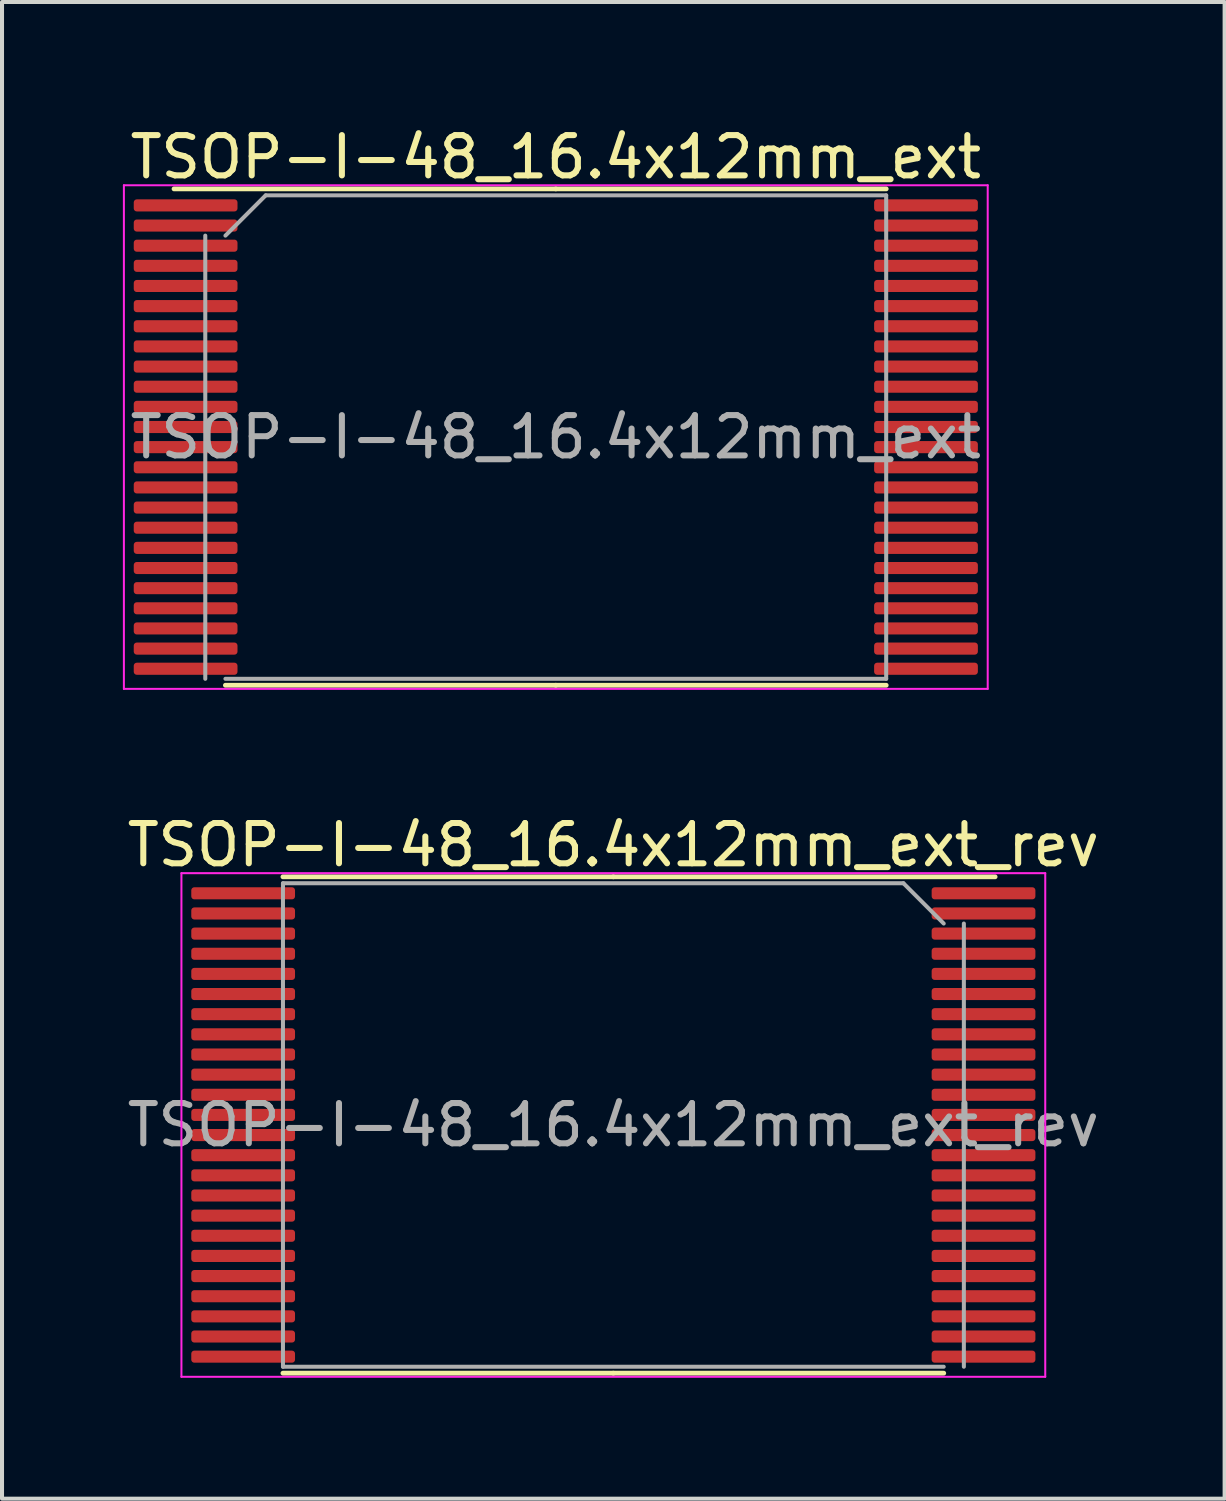
<source format=kicad_pcb>
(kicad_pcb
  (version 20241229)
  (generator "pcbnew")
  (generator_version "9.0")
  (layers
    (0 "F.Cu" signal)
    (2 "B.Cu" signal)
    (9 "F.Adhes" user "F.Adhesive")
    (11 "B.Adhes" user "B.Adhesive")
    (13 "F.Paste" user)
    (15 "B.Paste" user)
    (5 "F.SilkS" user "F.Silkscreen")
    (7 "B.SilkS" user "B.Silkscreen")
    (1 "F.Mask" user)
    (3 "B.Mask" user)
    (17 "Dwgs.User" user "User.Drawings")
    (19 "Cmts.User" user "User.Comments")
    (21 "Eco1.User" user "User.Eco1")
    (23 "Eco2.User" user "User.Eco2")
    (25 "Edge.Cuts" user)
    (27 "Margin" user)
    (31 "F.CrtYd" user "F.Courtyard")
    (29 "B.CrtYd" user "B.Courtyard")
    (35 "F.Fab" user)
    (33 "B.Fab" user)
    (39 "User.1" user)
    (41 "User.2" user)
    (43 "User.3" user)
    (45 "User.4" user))
  (footprint "TSOP-I-48_16.4x12mm_ext"
    (layer "F.Cu")
    (at 10.745 7.798)
    (property "Reference" "TSOP-I-48_16.4x12mm_ext" (at 0 -6.95 0) (layer "F.SilkS") (effects (font (size 1 1) (thickness 0.15))))
    (attr smd)
    (fp_line (start 0 -6.16) (end -9.475 -6.16) (stroke (width 0.12) (type solid)) (layer "F.SilkS"))
    (fp_line (start 0 -6.16) (end 8.2 -6.16) (stroke (width 0.12) (type solid)) (layer "F.SilkS"))
    (fp_line (start 0 6.16) (end -8.2 6.16) (stroke (width 0.12) (type solid)) (layer "F.SilkS"))
    (fp_line (start 0 6.16) (end 8.2 6.16) (stroke (width 0.12) (type solid)) (layer "F.SilkS"))
    (fp_line (start -10.72 -6.25) (end -10.72 6.25) (stroke (width 0.05) (type solid)) (layer "F.CrtYd"))
    (fp_line (start -10.72 6.25) (end 10.72 6.25) (stroke (width 0.05) (type solid)) (layer "F.CrtYd"))
    (fp_line (start 10.72 -6.25) (end -10.72 -6.25) (stroke (width 0.05) (type solid)) (layer "F.CrtYd"))
    (fp_line (start 10.72 6.25) (end 10.72 -6.25) (stroke (width 0.05) (type solid)) (layer "F.CrtYd"))
    (fp_line (start -8.7 6) (end -8.7 -5) (stroke (width 0.1) (type solid)) (layer "F.Fab"))
    (fp_line (start -8.2 -5) (end -7.2 -6) (stroke (width 0.1) (type solid)) (layer "F.Fab"))
    (fp_line (start -7.2 -6) (end 8.2 -6) (stroke (width 0.1) (type solid)) (layer "F.Fab"))
    (fp_line (start 8.2 -6) (end 8.2 6) (stroke (width 0.1) (type solid)) (layer "F.Fab"))
    (fp_line (start 8.2 6) (end -8.2 6) (stroke (width 0.1) (type solid)) (layer "F.Fab"))
    (fp_text user "${REFERENCE}" (at 0 0 0) (layer "F.Fab") (effects (font (size 1 1) (thickness 0.15))))
    (pad "1" smd roundrect (at -9.188 -5.75) (size 2.575 0.3) (layers "F.Cu" "F.Mask" "F.Paste") (roundrect_rratio 0.25))
    (pad "2" smd roundrect (at -9.188 -5.25) (size 2.575 0.3) (layers "F.Cu" "F.Mask" "F.Paste") (roundrect_rratio 0.25))
    (pad "3" smd roundrect (at -9.188 -4.75) (size 2.575 0.3) (layers "F.Cu" "F.Mask" "F.Paste") (roundrect_rratio 0.25))
    (pad "4" smd roundrect (at -9.188 -4.25) (size 2.575 0.3) (layers "F.Cu" "F.Mask" "F.Paste") (roundrect_rratio 0.25))
    (pad "5" smd roundrect (at -9.188 -3.75) (size 2.575 0.3) (layers "F.Cu" "F.Mask" "F.Paste") (roundrect_rratio 0.25))
    (pad "6" smd roundrect (at -9.188 -3.25) (size 2.575 0.3) (layers "F.Cu" "F.Mask" "F.Paste") (roundrect_rratio 0.25))
    (pad "7" smd roundrect (at -9.188 -2.75) (size 2.575 0.3) (layers "F.Cu" "F.Mask" "F.Paste") (roundrect_rratio 0.25))
    (pad "8" smd roundrect (at -9.188 -2.25) (size 2.575 0.3) (layers "F.Cu" "F.Mask" "F.Paste") (roundrect_rratio 0.25))
    (pad "9" smd roundrect (at -9.188 -1.75) (size 2.575 0.3) (layers "F.Cu" "F.Mask" "F.Paste") (roundrect_rratio 0.25))
    (pad "10" smd roundrect (at -9.188 -1.25) (size 2.575 0.3) (layers "F.Cu" "F.Mask" "F.Paste") (roundrect_rratio 0.25))
    (pad "11" smd roundrect (at -9.188 -0.75) (size 2.575 0.3) (layers "F.Cu" "F.Mask" "F.Paste") (roundrect_rratio 0.25))
    (pad "12" smd roundrect (at -9.188 -0.25) (size 2.575 0.3) (layers "F.Cu" "F.Mask" "F.Paste") (roundrect_rratio 0.25))
    (pad "13" smd roundrect (at -9.188 0.25) (size 2.575 0.3) (layers "F.Cu" "F.Mask" "F.Paste") (roundrect_rratio 0.25))
    (pad "14" smd roundrect (at -9.188 0.75) (size 2.575 0.3) (layers "F.Cu" "F.Mask" "F.Paste") (roundrect_rratio 0.25))
    (pad "15" smd roundrect (at -9.188 1.25) (size 2.575 0.3) (layers "F.Cu" "F.Mask" "F.Paste") (roundrect_rratio 0.25))
    (pad "16" smd roundrect (at -9.188 1.75) (size 2.575 0.3) (layers "F.Cu" "F.Mask" "F.Paste") (roundrect_rratio 0.25))
    (pad "17" smd roundrect (at -9.188 2.25) (size 2.575 0.3) (layers "F.Cu" "F.Mask" "F.Paste") (roundrect_rratio 0.25))
    (pad "18" smd roundrect (at -9.188 2.75) (size 2.575 0.3) (layers "F.Cu" "F.Mask" "F.Paste") (roundrect_rratio 0.25))
    (pad "19" smd roundrect (at -9.188 3.25) (size 2.575 0.3) (layers "F.Cu" "F.Mask" "F.Paste") (roundrect_rratio 0.25))
    (pad "20" smd roundrect (at -9.188 3.75) (size 2.575 0.3) (layers "F.Cu" "F.Mask" "F.Paste") (roundrect_rratio 0.25))
    (pad "21" smd roundrect (at -9.188 4.25) (size 2.575 0.3) (layers "F.Cu" "F.Mask" "F.Paste") (roundrect_rratio 0.25))
    (pad "22" smd roundrect (at -9.188 4.75) (size 2.575 0.3) (layers "F.Cu" "F.Mask" "F.Paste") (roundrect_rratio 0.25))
    (pad "23" smd roundrect (at -9.188 5.25) (size 2.575 0.3) (layers "F.Cu" "F.Mask" "F.Paste") (roundrect_rratio 0.25))
    (pad "24" smd roundrect (at -9.188 5.75) (size 2.575 0.3) (layers "F.Cu" "F.Mask" "F.Paste") (roundrect_rratio 0.25))
    (pad "25" smd roundrect (at 9.188 5.75) (size 2.575 0.3) (layers "F.Cu" "F.Mask" "F.Paste") (roundrect_rratio 0.25))
    (pad "26" smd roundrect (at 9.188 5.25) (size 2.575 0.3) (layers "F.Cu" "F.Mask" "F.Paste") (roundrect_rratio 0.25))
    (pad "27" smd roundrect (at 9.188 4.75) (size 2.575 0.3) (layers "F.Cu" "F.Mask" "F.Paste") (roundrect_rratio 0.25))
    (pad "28" smd roundrect (at 9.188 4.25) (size 2.575 0.3) (layers "F.Cu" "F.Mask" "F.Paste") (roundrect_rratio 0.25))
    (pad "29" smd roundrect (at 9.188 3.75) (size 2.575 0.3) (layers "F.Cu" "F.Mask" "F.Paste") (roundrect_rratio 0.25))
    (pad "30" smd roundrect (at 9.188 3.25) (size 2.575 0.3) (layers "F.Cu" "F.Mask" "F.Paste") (roundrect_rratio 0.25))
    (pad "31" smd roundrect (at 9.188 2.75) (size 2.575 0.3) (layers "F.Cu" "F.Mask" "F.Paste") (roundrect_rratio 0.25))
    (pad "32" smd roundrect (at 9.188 2.25) (size 2.575 0.3) (layers "F.Cu" "F.Mask" "F.Paste") (roundrect_rratio 0.25))
    (pad "33" smd roundrect (at 9.188 1.75) (size 2.575 0.3) (layers "F.Cu" "F.Mask" "F.Paste") (roundrect_rratio 0.25))
    (pad "34" smd roundrect (at 9.188 1.25) (size 2.575 0.3) (layers "F.Cu" "F.Mask" "F.Paste") (roundrect_rratio 0.25))
    (pad "35" smd roundrect (at 9.188 0.75) (size 2.575 0.3) (layers "F.Cu" "F.Mask" "F.Paste") (roundrect_rratio 0.25))
    (pad "36" smd roundrect (at 9.188 0.25) (size 2.575 0.3) (layers "F.Cu" "F.Mask" "F.Paste") (roundrect_rratio 0.25))
    (pad "37" smd roundrect (at 9.188 -0.25) (size 2.575 0.3) (layers "F.Cu" "F.Mask" "F.Paste") (roundrect_rratio 0.25))
    (pad "38" smd roundrect (at 9.188 -0.75) (size 2.575 0.3) (layers "F.Cu" "F.Mask" "F.Paste") (roundrect_rratio 0.25))
    (pad "39" smd roundrect (at 9.188 -1.25) (size 2.575 0.3) (layers "F.Cu" "F.Mask" "F.Paste") (roundrect_rratio 0.25))
    (pad "40" smd roundrect (at 9.188 -1.75) (size 2.575 0.3) (layers "F.Cu" "F.Mask" "F.Paste") (roundrect_rratio 0.25))
    (pad "41" smd roundrect (at 9.188 -2.25) (size 2.575 0.3) (layers "F.Cu" "F.Mask" "F.Paste") (roundrect_rratio 0.25))
    (pad "42" smd roundrect (at 9.188 -2.75) (size 2.575 0.3) (layers "F.Cu" "F.Mask" "F.Paste") (roundrect_rratio 0.25))
    (pad "43" smd roundrect (at 9.188 -3.25) (size 2.575 0.3) (layers "F.Cu" "F.Mask" "F.Paste") (roundrect_rratio 0.25))
    (pad "44" smd roundrect (at 9.188 -3.75) (size 2.575 0.3) (layers "F.Cu" "F.Mask" "F.Paste") (roundrect_rratio 0.25))
    (pad "45" smd roundrect (at 9.188 -4.25) (size 2.575 0.3) (layers "F.Cu" "F.Mask" "F.Paste") (roundrect_rratio 0.25))
    (pad "46" smd roundrect (at 9.188 -4.75) (size 2.575 0.3) (layers "F.Cu" "F.Mask" "F.Paste") (roundrect_rratio 0.25))
    (pad "47" smd roundrect (at 9.188 -5.25) (size 2.575 0.3) (layers "F.Cu" "F.Mask" "F.Paste") (roundrect_rratio 0.25))
    (pad "48" smd roundrect (at 9.188 -5.75) (size 2.575 0.3) (layers "F.Cu" "F.Mask" "F.Paste") (roundrect_rratio 0.25)))
  (footprint "TSOP-I-48_16.4x12mm_ext_rev"
    (layer "F.Cu")
    (at 12.173 24.872)
    (property "Reference" "TSOP-I-48_16.4x12mm_ext_rev" (at 0 -6.95 0) (layer "F.SilkS") (effects (font (size 1 1) (thickness 0.15))))
    (attr smd)
    (fp_line (start 0 -6.16) (end -8.2 -6.16) (stroke (width 0.12) (type solid)) (layer "F.SilkS"))
    (fp_line (start 0 -6.16) (end 9.475 -6.16) (stroke (width 0.12) (type solid)) (layer "F.SilkS"))
    (fp_line (start 0 6.16) (end -8.2 6.16) (stroke (width 0.12) (type solid)) (layer "F.SilkS"))
    (fp_line (start 0 6.16) (end 8.2 6.16) (stroke (width 0.12) (type solid)) (layer "F.SilkS"))
    (fp_line (start -10.72 -6.25) (end 10.72 -6.25) (stroke (width 0.05) (type solid)) (layer "F.CrtYd"))
    (fp_line (start -10.72 6.25) (end -10.72 -6.25) (stroke (width 0.05) (type solid)) (layer "F.CrtYd"))
    (fp_line (start 10.72 -6.25) (end 10.72 6.25) (stroke (width 0.05) (type solid)) (layer "F.CrtYd"))
    (fp_line (start 10.72 6.25) (end -10.72 6.25) (stroke (width 0.05) (type solid)) (layer "F.CrtYd"))
    (fp_line (start -8.2 -6) (end -8.2 6) (stroke (width 0.1) (type solid)) (layer "F.Fab"))
    (fp_line (start -8.2 6) (end 8.2 6) (stroke (width 0.1) (type solid)) (layer "F.Fab"))
    (fp_line (start 7.2 -6) (end -8.2 -6) (stroke (width 0.1) (type solid)) (layer "F.Fab"))
    (fp_line (start 8.2 -5) (end 7.2 -6) (stroke (width 0.1) (type solid)) (layer "F.Fab"))
    (fp_line (start 8.7 6) (end 8.7 -5) (stroke (width 0.1) (type solid)) (layer "F.Fab"))
    (fp_text user "${REFERENCE}" (at 0 0 0) (layer "F.Fab") (effects (font (size 1 1) (thickness 0.15))))
    (pad "1" smd roundrect (at 9.188 -5.75) (size 2.575 0.3) (layers "F.Cu" "F.Mask" "F.Paste") (roundrect_rratio 0.25))
    (pad "2" smd roundrect (at 9.188 -5.25) (size 2.575 0.3) (layers "F.Cu" "F.Mask" "F.Paste") (roundrect_rratio 0.25))
    (pad "3" smd roundrect (at 9.188 -4.75) (size 2.575 0.3) (layers "F.Cu" "F.Mask" "F.Paste") (roundrect_rratio 0.25))
    (pad "4" smd roundrect (at 9.188 -4.25) (size 2.575 0.3) (layers "F.Cu" "F.Mask" "F.Paste") (roundrect_rratio 0.25))
    (pad "5" smd roundrect (at 9.188 -3.75) (size 2.575 0.3) (layers "F.Cu" "F.Mask" "F.Paste") (roundrect_rratio 0.25))
    (pad "6" smd roundrect (at 9.188 -3.25) (size 2.575 0.3) (layers "F.Cu" "F.Mask" "F.Paste") (roundrect_rratio 0.25))
    (pad "7" smd roundrect (at 9.188 -2.75) (size 2.575 0.3) (layers "F.Cu" "F.Mask" "F.Paste") (roundrect_rratio 0.25))
    (pad "8" smd roundrect (at 9.188 -2.25) (size 2.575 0.3) (layers "F.Cu" "F.Mask" "F.Paste") (roundrect_rratio 0.25))
    (pad "9" smd roundrect (at 9.188 -1.75) (size 2.575 0.3) (layers "F.Cu" "F.Mask" "F.Paste") (roundrect_rratio 0.25))
    (pad "10" smd roundrect (at 9.188 -1.25) (size 2.575 0.3) (layers "F.Cu" "F.Mask" "F.Paste") (roundrect_rratio 0.25))
    (pad "11" smd roundrect (at 9.188 -0.75) (size 2.575 0.3) (layers "F.Cu" "F.Mask" "F.Paste") (roundrect_rratio 0.25))
    (pad "12" smd roundrect (at 9.188 -0.25) (size 2.575 0.3) (layers "F.Cu" "F.Mask" "F.Paste") (roundrect_rratio 0.25))
    (pad "13" smd roundrect (at 9.188 0.25) (size 2.575 0.3) (layers "F.Cu" "F.Mask" "F.Paste") (roundrect_rratio 0.25))
    (pad "14" smd roundrect (at 9.188 0.75) (size 2.575 0.3) (layers "F.Cu" "F.Mask" "F.Paste") (roundrect_rratio 0.25))
    (pad "15" smd roundrect (at 9.188 1.25) (size 2.575 0.3) (layers "F.Cu" "F.Mask" "F.Paste") (roundrect_rratio 0.25))
    (pad "16" smd roundrect (at 9.188 1.75) (size 2.575 0.3) (layers "F.Cu" "F.Mask" "F.Paste") (roundrect_rratio 0.25))
    (pad "17" smd roundrect (at 9.188 2.25) (size 2.575 0.3) (layers "F.Cu" "F.Mask" "F.Paste") (roundrect_rratio 0.25))
    (pad "18" smd roundrect (at 9.188 2.75) (size 2.575 0.3) (layers "F.Cu" "F.Mask" "F.Paste") (roundrect_rratio 0.25))
    (pad "19" smd roundrect (at 9.188 3.25) (size 2.575 0.3) (layers "F.Cu" "F.Mask" "F.Paste") (roundrect_rratio 0.25))
    (pad "20" smd roundrect (at 9.188 3.75) (size 2.575 0.3) (layers "F.Cu" "F.Mask" "F.Paste") (roundrect_rratio 0.25))
    (pad "21" smd roundrect (at 9.188 4.25) (size 2.575 0.3) (layers "F.Cu" "F.Mask" "F.Paste") (roundrect_rratio 0.25))
    (pad "22" smd roundrect (at 9.188 4.75) (size 2.575 0.3) (layers "F.Cu" "F.Mask" "F.Paste") (roundrect_rratio 0.25))
    (pad "23" smd roundrect (at 9.188 5.25) (size 2.575 0.3) (layers "F.Cu" "F.Mask" "F.Paste") (roundrect_rratio 0.25))
    (pad "24" smd roundrect (at 9.188 5.75) (size 2.575 0.3) (layers "F.Cu" "F.Mask" "F.Paste") (roundrect_rratio 0.25))
    (pad "25" smd roundrect (at -9.188 5.75) (size 2.575 0.3) (layers "F.Cu" "F.Mask" "F.Paste") (roundrect_rratio 0.25))
    (pad "26" smd roundrect (at -9.188 5.25) (size 2.575 0.3) (layers "F.Cu" "F.Mask" "F.Paste") (roundrect_rratio 0.25))
    (pad "27" smd roundrect (at -9.188 4.75) (size 2.575 0.3) (layers "F.Cu" "F.Mask" "F.Paste") (roundrect_rratio 0.25))
    (pad "28" smd roundrect (at -9.188 4.25) (size 2.575 0.3) (layers "F.Cu" "F.Mask" "F.Paste") (roundrect_rratio 0.25))
    (pad "29" smd roundrect (at -9.188 3.75) (size 2.575 0.3) (layers "F.Cu" "F.Mask" "F.Paste") (roundrect_rratio 0.25))
    (pad "30" smd roundrect (at -9.188 3.25) (size 2.575 0.3) (layers "F.Cu" "F.Mask" "F.Paste") (roundrect_rratio 0.25))
    (pad "31" smd roundrect (at -9.188 2.75) (size 2.575 0.3) (layers "F.Cu" "F.Mask" "F.Paste") (roundrect_rratio 0.25))
    (pad "32" smd roundrect (at -9.188 2.25) (size 2.575 0.3) (layers "F.Cu" "F.Mask" "F.Paste") (roundrect_rratio 0.25))
    (pad "33" smd roundrect (at -9.188 1.75) (size 2.575 0.3) (layers "F.Cu" "F.Mask" "F.Paste") (roundrect_rratio 0.25))
    (pad "34" smd roundrect (at -9.188 1.25) (size 2.575 0.3) (layers "F.Cu" "F.Mask" "F.Paste") (roundrect_rratio 0.25))
    (pad "35" smd roundrect (at -9.188 0.75) (size 2.575 0.3) (layers "F.Cu" "F.Mask" "F.Paste") (roundrect_rratio 0.25))
    (pad "36" smd roundrect (at -9.188 0.25) (size 2.575 0.3) (layers "F.Cu" "F.Mask" "F.Paste") (roundrect_rratio 0.25))
    (pad "37" smd roundrect (at -9.188 -0.25) (size 2.575 0.3) (layers "F.Cu" "F.Mask" "F.Paste") (roundrect_rratio 0.25))
    (pad "38" smd roundrect (at -9.188 -0.75) (size 2.575 0.3) (layers "F.Cu" "F.Mask" "F.Paste") (roundrect_rratio 0.25))
    (pad "39" smd roundrect (at -9.188 -1.25) (size 2.575 0.3) (layers "F.Cu" "F.Mask" "F.Paste") (roundrect_rratio 0.25))
    (pad "40" smd roundrect (at -9.188 -1.75) (size 2.575 0.3) (layers "F.Cu" "F.Mask" "F.Paste") (roundrect_rratio 0.25))
    (pad "41" smd roundrect (at -9.188 -2.25) (size 2.575 0.3) (layers "F.Cu" "F.Mask" "F.Paste") (roundrect_rratio 0.25))
    (pad "42" smd roundrect (at -9.188 -2.75) (size 2.575 0.3) (layers "F.Cu" "F.Mask" "F.Paste") (roundrect_rratio 0.25))
    (pad "43" smd roundrect (at -9.188 -3.25) (size 2.575 0.3) (layers "F.Cu" "F.Mask" "F.Paste") (roundrect_rratio 0.25))
    (pad "44" smd roundrect (at -9.188 -3.75) (size 2.575 0.3) (layers "F.Cu" "F.Mask" "F.Paste") (roundrect_rratio 0.25))
    (pad "45" smd roundrect (at -9.188 -4.25) (size 2.575 0.3) (layers "F.Cu" "F.Mask" "F.Paste") (roundrect_rratio 0.25))
    (pad "46" smd roundrect (at -9.188 -4.75) (size 2.575 0.3) (layers "F.Cu" "F.Mask" "F.Paste") (roundrect_rratio 0.25))
    (pad "47" smd roundrect (at -9.188 -5.25) (size 2.575 0.3) (layers "F.Cu" "F.Mask" "F.Paste") (roundrect_rratio 0.25))
    (pad "48" smd roundrect (at -9.188 -5.75) (size 2.575 0.3) (layers "F.Cu" "F.Mask" "F.Paste") (roundrect_rratio 0.25)))
  (gr_rect
    (start -3 -3)
    (end 27.345 34.147)
    (stroke (width 0.1) (type default))
    (fill no)
    (layer "Edge.Cuts")))
</source>
